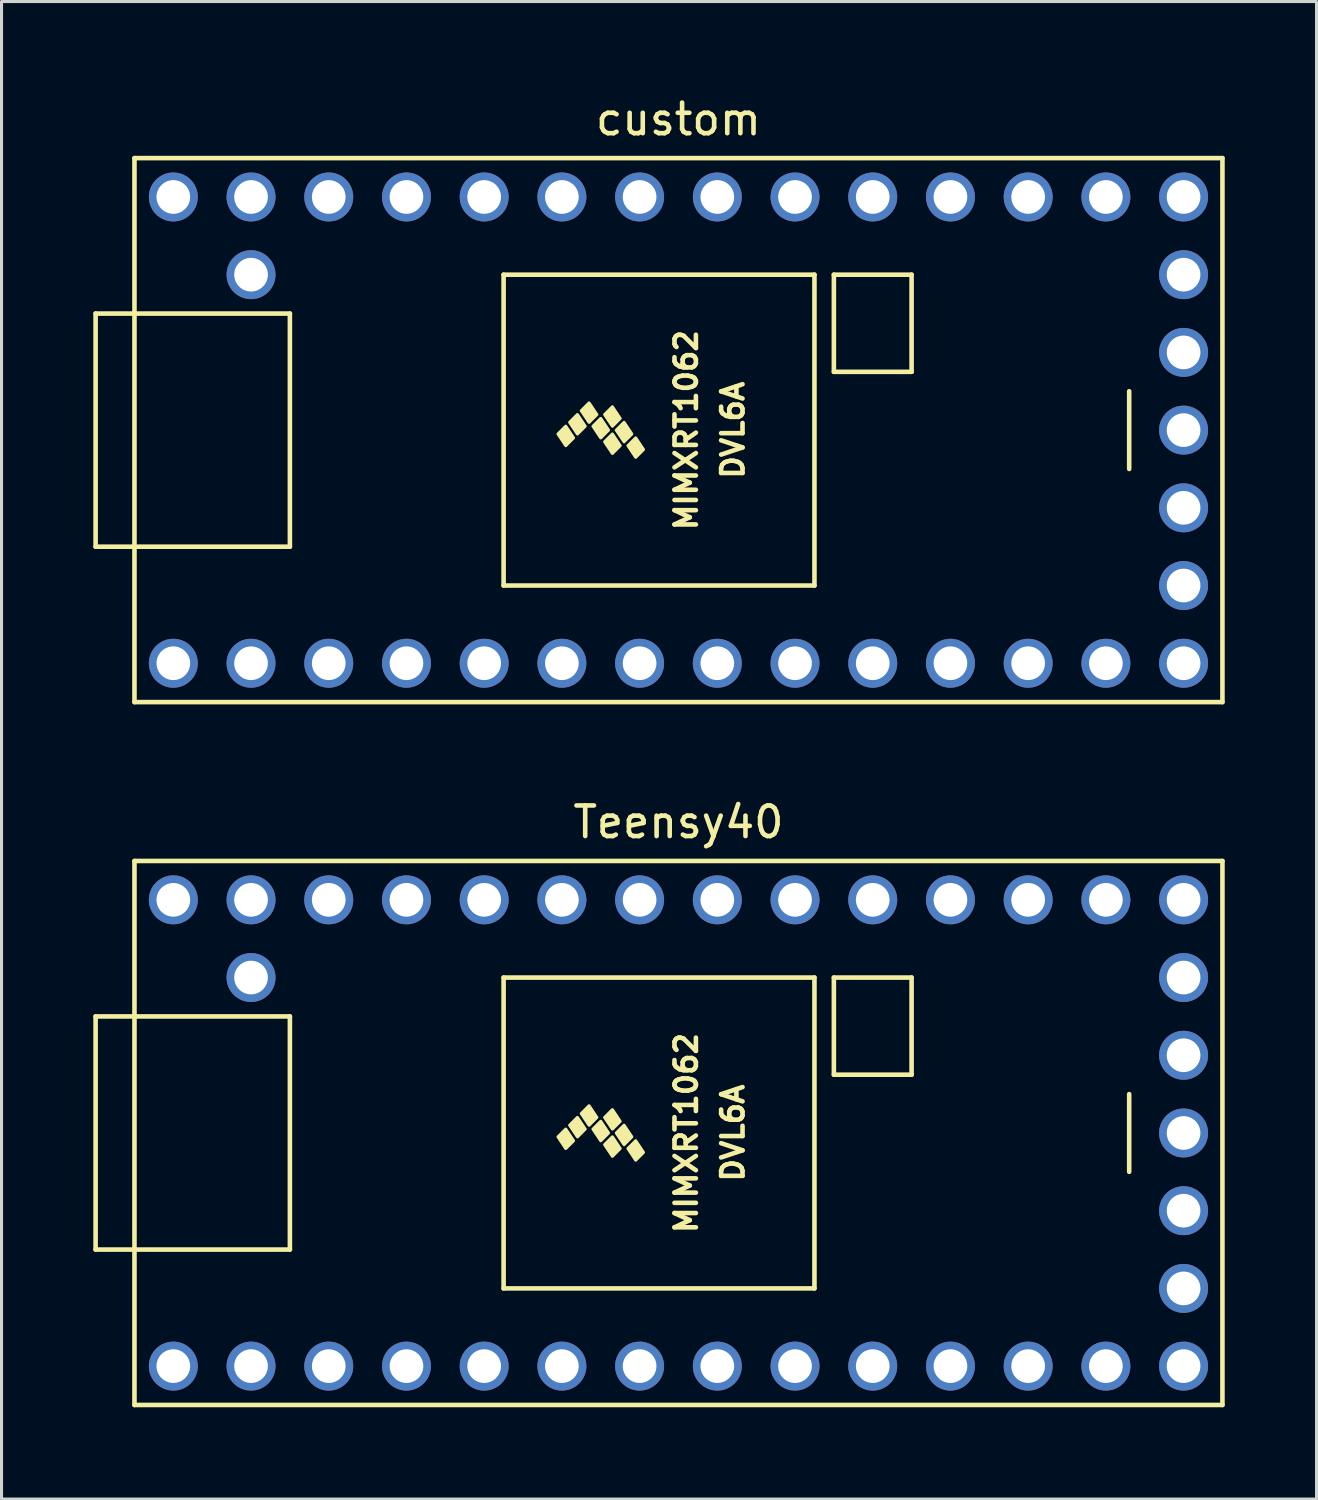
<source format=kicad_pcb>
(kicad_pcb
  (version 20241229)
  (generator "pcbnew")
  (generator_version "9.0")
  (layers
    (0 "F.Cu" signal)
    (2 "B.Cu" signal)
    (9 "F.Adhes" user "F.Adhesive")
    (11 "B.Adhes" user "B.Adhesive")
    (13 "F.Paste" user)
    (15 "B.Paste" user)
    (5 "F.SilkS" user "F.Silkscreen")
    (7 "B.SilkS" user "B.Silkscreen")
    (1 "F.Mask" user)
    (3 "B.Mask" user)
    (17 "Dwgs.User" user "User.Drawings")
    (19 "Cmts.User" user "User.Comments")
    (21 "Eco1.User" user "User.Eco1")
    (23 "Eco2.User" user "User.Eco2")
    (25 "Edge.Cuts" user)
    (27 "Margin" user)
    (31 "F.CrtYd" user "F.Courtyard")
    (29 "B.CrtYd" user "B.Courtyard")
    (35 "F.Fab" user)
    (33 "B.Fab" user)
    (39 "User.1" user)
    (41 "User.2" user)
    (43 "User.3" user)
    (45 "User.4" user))
  (footprint "Teensy40"
    (layer "F.Cu")
    (at 19.125 33.981)
    (property "Reference" "Teensy40" (at 0 -10.16 0) (layer "F.SilkS") (effects (font (size 1 1) (thickness 0.15))))
    (attr through_hole)
    (fp_line (start -19.05 -3.81) (end -17.78 -3.81) (stroke (width 0.15) (type solid)) (layer "F.SilkS"))
    (fp_line (start -19.05 3.81) (end -19.05 -3.81) (stroke (width 0.15) (type solid)) (layer "F.SilkS"))
    (fp_line (start -17.78 -8.89) (end 17.78 -8.89) (stroke (width 0.15) (type solid)) (layer "F.SilkS"))
    (fp_line (start -17.78 3.81) (end -19.05 3.81) (stroke (width 0.15) (type solid)) (layer "F.SilkS"))
    (fp_line (start -17.78 8.89) (end -17.78 -8.89) (stroke (width 0.15) (type solid)) (layer "F.SilkS"))
    (fp_line (start -12.7 -3.81) (end -17.78 -3.81) (stroke (width 0.15) (type solid)) (layer "F.SilkS"))
    (fp_line (start -12.7 3.81) (end -17.78 3.81) (stroke (width 0.15) (type solid)) (layer "F.SilkS"))
    (fp_line (start -12.7 3.81) (end -12.7 -3.81) (stroke (width 0.15) (type solid)) (layer "F.SilkS"))
    (fp_line (start -5.715 -5.08) (end -5.715 5.08) (stroke (width 0.15) (type solid)) (layer "F.SilkS"))
    (fp_line (start 4.445 -5.08) (end -5.715 -5.08) (stroke (width 0.15) (type solid)) (layer "F.SilkS"))
    (fp_line (start 4.445 5.08) (end -5.715 5.08) (stroke (width 0.15) (type solid)) (layer "F.SilkS"))
    (fp_line (start 4.445 5.08) (end 4.445 -5.08) (stroke (width 0.15) (type solid)) (layer "F.SilkS"))
    (fp_line (start 5.08 -5.08) (end 7.62 -5.08) (stroke (width 0.15) (type solid)) (layer "F.SilkS"))
    (fp_line (start 5.08 -1.905) (end 5.08 -5.08) (stroke (width 0.15) (type solid)) (layer "F.SilkS"))
    (fp_line (start 7.62 -5.08) (end 7.62 -1.905) (stroke (width 0.15) (type solid)) (layer "F.SilkS"))
    (fp_line (start 7.62 -1.905) (end 5.08 -1.905) (stroke (width 0.15) (type solid)) (layer "F.SilkS"))
    (fp_line (start 14.732 -1.27) (end 14.732 1.27) (stroke (width 0.15) (type solid)) (layer "F.SilkS"))
    (fp_line (start 17.78 -8.89) (end 17.78 8.89) (stroke (width 0.15) (type solid)) (layer "F.SilkS"))
    (fp_line (start 17.78 8.89) (end -17.78 8.89) (stroke (width 0.15) (type solid)) (layer "F.SilkS"))
    (fp_poly (pts (xy -3.937 0.127) (xy -3.683 -0.127) (xy -3.429 0.254) (xy -3.683 0.508)) (stroke (width 0.1) (type solid)) (fill yes) (layer "F.SilkS"))
    (fp_poly (pts (xy -3.556 -0.254) (xy -3.302 -0.508) (xy -3.048 -0.127) (xy -3.302 0.127)) (stroke (width 0.1) (type solid)) (fill yes) (layer "F.SilkS"))
    (fp_poly (pts (xy -3.175 -0.635) (xy -2.921 -0.889) (xy -2.667 -0.508) (xy -2.921 -0.254)) (stroke (width 0.1) (type solid)) (fill yes) (layer "F.SilkS"))
    (fp_poly (pts (xy -2.794 -0.127) (xy -2.54 -0.381) (xy -2.286 0) (xy -2.54 0.254)) (stroke (width 0.1) (type solid)) (fill yes) (layer "F.SilkS"))
    (fp_poly (pts (xy -2.413 -0.508) (xy -2.159 -0.762) (xy -1.905 -0.381) (xy -2.159 -0.127)) (stroke (width 0.1) (type solid)) (fill yes) (layer "F.SilkS"))
    (fp_poly (pts (xy -2.413 0.381) (xy -2.159 0.127) (xy -1.905 0.508) (xy -2.159 0.762)) (stroke (width 0.1) (type solid)) (fill yes) (layer "F.SilkS"))
    (fp_poly (pts (xy -2.032 0) (xy -1.778 -0.254) (xy -1.524 0.127) (xy -1.778 0.381)) (stroke (width 0.1) (type solid)) (fill yes) (layer "F.SilkS"))
    (fp_poly (pts (xy -1.651 0.508) (xy -1.397 0.254) (xy -1.143 0.635) (xy -1.397 0.889)) (stroke (width 0.1) (type solid)) (fill yes) (layer "F.SilkS"))
    (fp_text user "MIMXRT1062" (at 0.254 0 90) (layer "F.SilkS") (effects (font (size 0.7 0.7) (thickness 0.15))))
    (fp_text user "DVL6A" (at 1.778 0 90) (layer "F.SilkS") (effects (font (size 0.7 0.7) (thickness 0.15))))
    (pad "1" thru_hole circle (at -16.51 7.62) (size 1.6 1.6) (drill 1.1) (layers "*.Cu" "*.Mask"))
    (pad "2" thru_hole circle (at -13.97 7.62) (size 1.6 1.6) (drill 1.1) (layers "*.Cu" "*.Mask"))
    (pad "3" thru_hole circle (at -11.43 7.62) (size 1.6 1.6) (drill 1.1) (layers "*.Cu" "*.Mask"))
    (pad "4" thru_hole circle (at -8.89 7.62) (size 1.6 1.6) (drill 1.1) (layers "*.Cu" "*.Mask"))
    (pad "5" thru_hole circle (at -6.35 7.62) (size 1.6 1.6) (drill 1.1) (layers "*.Cu" "*.Mask"))
    (pad "6" thru_hole circle (at -3.81 7.62) (size 1.6 1.6) (drill 1.1) (layers "*.Cu" "*.Mask"))
    (pad "7" thru_hole circle (at -1.27 7.62) (size 1.6 1.6) (drill 1.1) (layers "*.Cu" "*.Mask"))
    (pad "8" thru_hole circle (at 1.27 7.62) (size 1.6 1.6) (drill 1.1) (layers "*.Cu" "*.Mask"))
    (pad "9" thru_hole circle (at 3.81 7.62) (size 1.6 1.6) (drill 1.1) (layers "*.Cu" "*.Mask"))
    (pad "10" thru_hole circle (at 6.35 7.62) (size 1.6 1.6) (drill 1.1) (layers "*.Cu" "*.Mask"))
    (pad "11" thru_hole circle (at 8.89 7.62) (size 1.6 1.6) (drill 1.1) (layers "*.Cu" "*.Mask"))
    (pad "12" thru_hole circle (at 11.43 7.62) (size 1.6 1.6) (drill 1.1) (layers "*.Cu" "*.Mask"))
    (pad "13" thru_hole circle (at 13.97 7.62) (size 1.6 1.6) (drill 1.1) (layers "*.Cu" "*.Mask"))
    (pad "14" thru_hole circle (at 16.51 7.62) (size 1.6 1.6) (drill 1.1) (layers "*.Cu" "*.Mask"))
    (pad "15" thru_hole circle (at 16.51 5.08) (size 1.6 1.6) (drill 1.1) (layers "*.Cu" "*.Mask"))
    (pad "16" thru_hole circle (at 16.51 2.54) (size 1.6 1.6) (drill 1.1) (layers "*.Cu" "*.Mask"))
    (pad "17" thru_hole circle (at 16.51 0) (size 1.6 1.6) (drill 1.1) (layers "*.Cu" "*.Mask"))
    (pad "18" thru_hole circle (at 16.51 -2.54) (size 1.6 1.6) (drill 1.1) (layers "*.Cu" "*.Mask"))
    (pad "19" thru_hole circle (at 16.51 -5.08) (size 1.6 1.6) (drill 1.1) (layers "*.Cu" "*.Mask"))
    (pad "20" thru_hole circle (at 16.51 -7.62) (size 1.6 1.6) (drill 1.1) (layers "*.Cu" "*.Mask"))
    (pad "21" thru_hole circle (at 13.97 -7.62) (size 1.6 1.6) (drill 1.1) (layers "*.Cu" "*.Mask"))
    (pad "22" thru_hole circle (at 11.43 -7.62) (size 1.6 1.6) (drill 1.1) (layers "*.Cu" "*.Mask"))
    (pad "23" thru_hole circle (at 8.89 -7.62) (size 1.6 1.6) (drill 1.1) (layers "*.Cu" "*.Mask"))
    (pad "24" thru_hole circle (at 6.35 -7.62) (size 1.6 1.6) (drill 1.1) (layers "*.Cu" "*.Mask"))
    (pad "25" thru_hole circle (at 3.81 -7.62) (size 1.6 1.6) (drill 1.1) (layers "*.Cu" "*.Mask"))
    (pad "26" thru_hole circle (at 1.27 -7.62) (size 1.6 1.6) (drill 1.1) (layers "*.Cu" "*.Mask"))
    (pad "27" thru_hole circle (at -1.27 -7.62) (size 1.6 1.6) (drill 1.1) (layers "*.Cu" "*.Mask"))
    (pad "28" thru_hole circle (at -3.81 -7.62) (size 1.6 1.6) (drill 1.1) (layers "*.Cu" "*.Mask"))
    (pad "29" thru_hole circle (at -6.35 -7.62) (size 1.6 1.6) (drill 1.1) (layers "*.Cu" "*.Mask"))
    (pad "30" thru_hole circle (at -8.89 -7.62) (size 1.6 1.6) (drill 1.1) (layers "*.Cu" "*.Mask"))
    (pad "31" thru_hole circle (at -11.43 -7.62) (size 1.6 1.6) (drill 1.1) (layers "*.Cu" "*.Mask"))
    (pad "32" thru_hole circle (at -13.97 -7.62) (size 1.6 1.6) (drill 1.1) (layers "*.Cu" "*.Mask"))
    (pad "33" thru_hole circle (at -16.51 -7.62) (size 1.6 1.6) (drill 1.1) (layers "*.Cu" "*.Mask"))
    (pad "34" thru_hole circle (at -13.97 -5.08) (size 1.6 1.6) (drill 1.1) (layers "*.Cu" "*.Mask")))
  (footprint "custom"
    (layer "F.Cu")
    (at 19.125 11.008)
    (property "Reference" "custom" (at 0 -10.16 0) (layer "F.SilkS") (effects (font (size 1 1) (thickness 0.15))))
    (attr through_hole)
    (fp_line (start -19.05 -3.81) (end -17.78 -3.81) (stroke (width 0.15) (type solid)) (layer "F.SilkS"))
    (fp_line (start -19.05 3.81) (end -19.05 -3.81) (stroke (width 0.15) (type solid)) (layer "F.SilkS"))
    (fp_line (start -17.78 -8.89) (end 17.78 -8.89) (stroke (width 0.15) (type solid)) (layer "F.SilkS"))
    (fp_line (start -17.78 3.81) (end -19.05 3.81) (stroke (width 0.15) (type solid)) (layer "F.SilkS"))
    (fp_line (start -17.78 8.89) (end -17.78 -8.89) (stroke (width 0.15) (type solid)) (layer "F.SilkS"))
    (fp_line (start -12.7 -3.81) (end -17.78 -3.81) (stroke (width 0.15) (type solid)) (layer "F.SilkS"))
    (fp_line (start -12.7 3.81) (end -17.78 3.81) (stroke (width 0.15) (type solid)) (layer "F.SilkS"))
    (fp_line (start -12.7 3.81) (end -12.7 -3.81) (stroke (width 0.15) (type solid)) (layer "F.SilkS"))
    (fp_line (start -5.715 -5.08) (end -5.715 5.08) (stroke (width 0.15) (type solid)) (layer "F.SilkS"))
    (fp_line (start 4.445 -5.08) (end -5.715 -5.08) (stroke (width 0.15) (type solid)) (layer "F.SilkS"))
    (fp_line (start 4.445 5.08) (end -5.715 5.08) (stroke (width 0.15) (type solid)) (layer "F.SilkS"))
    (fp_line (start 4.445 5.08) (end 4.445 -5.08) (stroke (width 0.15) (type solid)) (layer "F.SilkS"))
    (fp_line (start 5.08 -5.08) (end 7.62 -5.08) (stroke (width 0.15) (type solid)) (layer "F.SilkS"))
    (fp_line (start 5.08 -1.905) (end 5.08 -5.08) (stroke (width 0.15) (type solid)) (layer "F.SilkS"))
    (fp_line (start 7.62 -5.08) (end 7.62 -1.905) (stroke (width 0.15) (type solid)) (layer "F.SilkS"))
    (fp_line (start 7.62 -1.905) (end 5.08 -1.905) (stroke (width 0.15) (type solid)) (layer "F.SilkS"))
    (fp_line (start 14.732 -1.27) (end 14.732 1.27) (stroke (width 0.15) (type solid)) (layer "F.SilkS"))
    (fp_line (start 17.78 -8.89) (end 17.78 8.89) (stroke (width 0.15) (type solid)) (layer "F.SilkS"))
    (fp_line (start 17.78 8.89) (end -17.78 8.89) (stroke (width 0.15) (type solid)) (layer "F.SilkS"))
    (fp_poly (pts (xy -3.937 0.127) (xy -3.683 -0.127) (xy -3.429 0.254) (xy -3.683 0.508)) (stroke (width 0.1) (type solid)) (fill yes) (layer "F.SilkS"))
    (fp_poly (pts (xy -3.556 -0.254) (xy -3.302 -0.508) (xy -3.048 -0.127) (xy -3.302 0.127)) (stroke (width 0.1) (type solid)) (fill yes) (layer "F.SilkS"))
    (fp_poly (pts (xy -3.175 -0.635) (xy -2.921 -0.889) (xy -2.667 -0.508) (xy -2.921 -0.254)) (stroke (width 0.1) (type solid)) (fill yes) (layer "F.SilkS"))
    (fp_poly (pts (xy -2.794 -0.127) (xy -2.54 -0.381) (xy -2.286 0) (xy -2.54 0.254)) (stroke (width 0.1) (type solid)) (fill yes) (layer "F.SilkS"))
    (fp_poly (pts (xy -2.413 -0.508) (xy -2.159 -0.762) (xy -1.905 -0.381) (xy -2.159 -0.127)) (stroke (width 0.1) (type solid)) (fill yes) (layer "F.SilkS"))
    (fp_poly (pts (xy -2.413 0.381) (xy -2.159 0.127) (xy -1.905 0.508) (xy -2.159 0.762)) (stroke (width 0.1) (type solid)) (fill yes) (layer "F.SilkS"))
    (fp_poly (pts (xy -2.032 0) (xy -1.778 -0.254) (xy -1.524 0.127) (xy -1.778 0.381)) (stroke (width 0.1) (type solid)) (fill yes) (layer "F.SilkS"))
    (fp_poly (pts (xy -1.651 0.508) (xy -1.397 0.254) (xy -1.143 0.635) (xy -1.397 0.889)) (stroke (width 0.1) (type solid)) (fill yes) (layer "F.SilkS"))
    (fp_text user "MIMXRT1062" (at 0.254 0 90) (layer "F.SilkS") (effects (font (size 0.7 0.7) (thickness 0.15))))
    (fp_text user "DVL6A" (at 1.778 0 90) (layer "F.SilkS") (effects (font (size 0.7 0.7) (thickness 0.15))))
    (pad "1" thru_hole circle (at -16.51 7.62) (size 1.6 1.6) (drill 1.1) (layers "*.Cu" "*.Mask"))
    (pad "2" thru_hole circle (at -13.97 7.62) (size 1.6 1.6) (drill 1.1) (layers "*.Cu" "*.Mask"))
    (pad "3" thru_hole circle (at -11.43 7.62) (size 1.6 1.6) (drill 1.1) (layers "*.Cu" "*.Mask"))
    (pad "4" thru_hole circle (at -8.89 7.62) (size 1.6 1.6) (drill 1.1) (layers "*.Cu" "*.Mask"))
    (pad "5" thru_hole circle (at -6.35 7.62) (size 1.6 1.6) (drill 1.1) (layers "*.Cu" "*.Mask"))
    (pad "6" thru_hole circle (at -3.81 7.62) (size 1.6 1.6) (drill 1.1) (layers "*.Cu" "*.Mask"))
    (pad "7" thru_hole circle (at -1.27 7.62) (size 1.6 1.6) (drill 1.1) (layers "*.Cu" "*.Mask"))
    (pad "8" thru_hole circle (at 1.27 7.62) (size 1.6 1.6) (drill 1.1) (layers "*.Cu" "*.Mask"))
    (pad "9" thru_hole circle (at 3.81 7.62) (size 1.6 1.6) (drill 1.1) (layers "*.Cu" "*.Mask"))
    (pad "10" thru_hole circle (at 6.35 7.62) (size 1.6 1.6) (drill 1.1) (layers "*.Cu" "*.Mask"))
    (pad "11" thru_hole circle (at 8.89 7.62) (size 1.6 1.6) (drill 1.1) (layers "*.Cu" "*.Mask"))
    (pad "12" thru_hole circle (at 11.43 7.62) (size 1.6 1.6) (drill 1.1) (layers "*.Cu" "*.Mask"))
    (pad "13" thru_hole circle (at 13.97 7.62) (size 1.6 1.6) (drill 1.1) (layers "*.Cu" "*.Mask"))
    (pad "14" thru_hole circle (at 16.51 7.62) (size 1.6 1.6) (drill 1.1) (layers "*.Cu" "*.Mask"))
    (pad "15" thru_hole circle (at 16.51 5.08) (size 1.6 1.6) (drill 1.1) (layers "*.Cu" "*.Mask"))
    (pad "16" thru_hole circle (at 16.51 2.54) (size 1.6 1.6) (drill 1.1) (layers "*.Cu" "*.Mask"))
    (pad "17" thru_hole circle (at 16.51 0) (size 1.6 1.6) (drill 1.1) (layers "*.Cu" "*.Mask"))
    (pad "18" thru_hole circle (at 16.51 -2.54) (size 1.6 1.6) (drill 1.1) (layers "*.Cu" "*.Mask"))
    (pad "19" thru_hole circle (at 16.51 -5.08) (size 1.6 1.6) (drill 1.1) (layers "*.Cu" "*.Mask"))
    (pad "20" thru_hole circle (at 16.51 -7.62) (size 1.6 1.6) (drill 1.1) (layers "*.Cu" "*.Mask"))
    (pad "21" thru_hole circle (at 13.97 -7.62) (size 1.6 1.6) (drill 1.1) (layers "*.Cu" "*.Mask"))
    (pad "22" thru_hole circle (at 11.43 -7.62) (size 1.6 1.6) (drill 1.1) (layers "*.Cu" "*.Mask"))
    (pad "23" thru_hole circle (at 8.89 -7.62) (size 1.6 1.6) (drill 1.1) (layers "*.Cu" "*.Mask"))
    (pad "24" thru_hole circle (at 6.35 -7.62) (size 1.6 1.6) (drill 1.1) (layers "*.Cu" "*.Mask"))
    (pad "25" thru_hole circle (at 3.81 -7.62) (size 1.6 1.6) (drill 1.1) (layers "*.Cu" "*.Mask"))
    (pad "26" thru_hole circle (at 1.27 -7.62) (size 1.6 1.6) (drill 1.1) (layers "*.Cu" "*.Mask"))
    (pad "27" thru_hole circle (at -1.27 -7.62) (size 1.6 1.6) (drill 1.1) (layers "*.Cu" "*.Mask"))
    (pad "28" thru_hole circle (at -3.81 -7.62) (size 1.6 1.6) (drill 1.1) (layers "*.Cu" "*.Mask"))
    (pad "29" thru_hole circle (at -6.35 -7.62) (size 1.6 1.6) (drill 1.1) (layers "*.Cu" "*.Mask"))
    (pad "30" thru_hole circle (at -8.89 -7.62) (size 1.6 1.6) (drill 1.1) (layers "*.Cu" "*.Mask"))
    (pad "31" thru_hole circle (at -11.43 -7.62) (size 1.6 1.6) (drill 1.1) (layers "*.Cu" "*.Mask"))
    (pad "32" thru_hole circle (at -13.97 -7.62) (size 1.6 1.6) (drill 1.1) (layers "*.Cu" "*.Mask"))
    (pad "33" thru_hole circle (at -16.51 -7.62) (size 1.6 1.6) (drill 1.1) (layers "*.Cu" "*.Mask"))
    (pad "34" thru_hole circle (at -13.97 -5.08) (size 1.6 1.6) (drill 1.1) (layers "*.Cu" "*.Mask")))
  (gr_rect
    (start -3 -3)
    (end 39.98 45.947)
    (stroke (width 0.1) (type default))
    (fill no)
    (layer "Edge.Cuts")))
</source>
